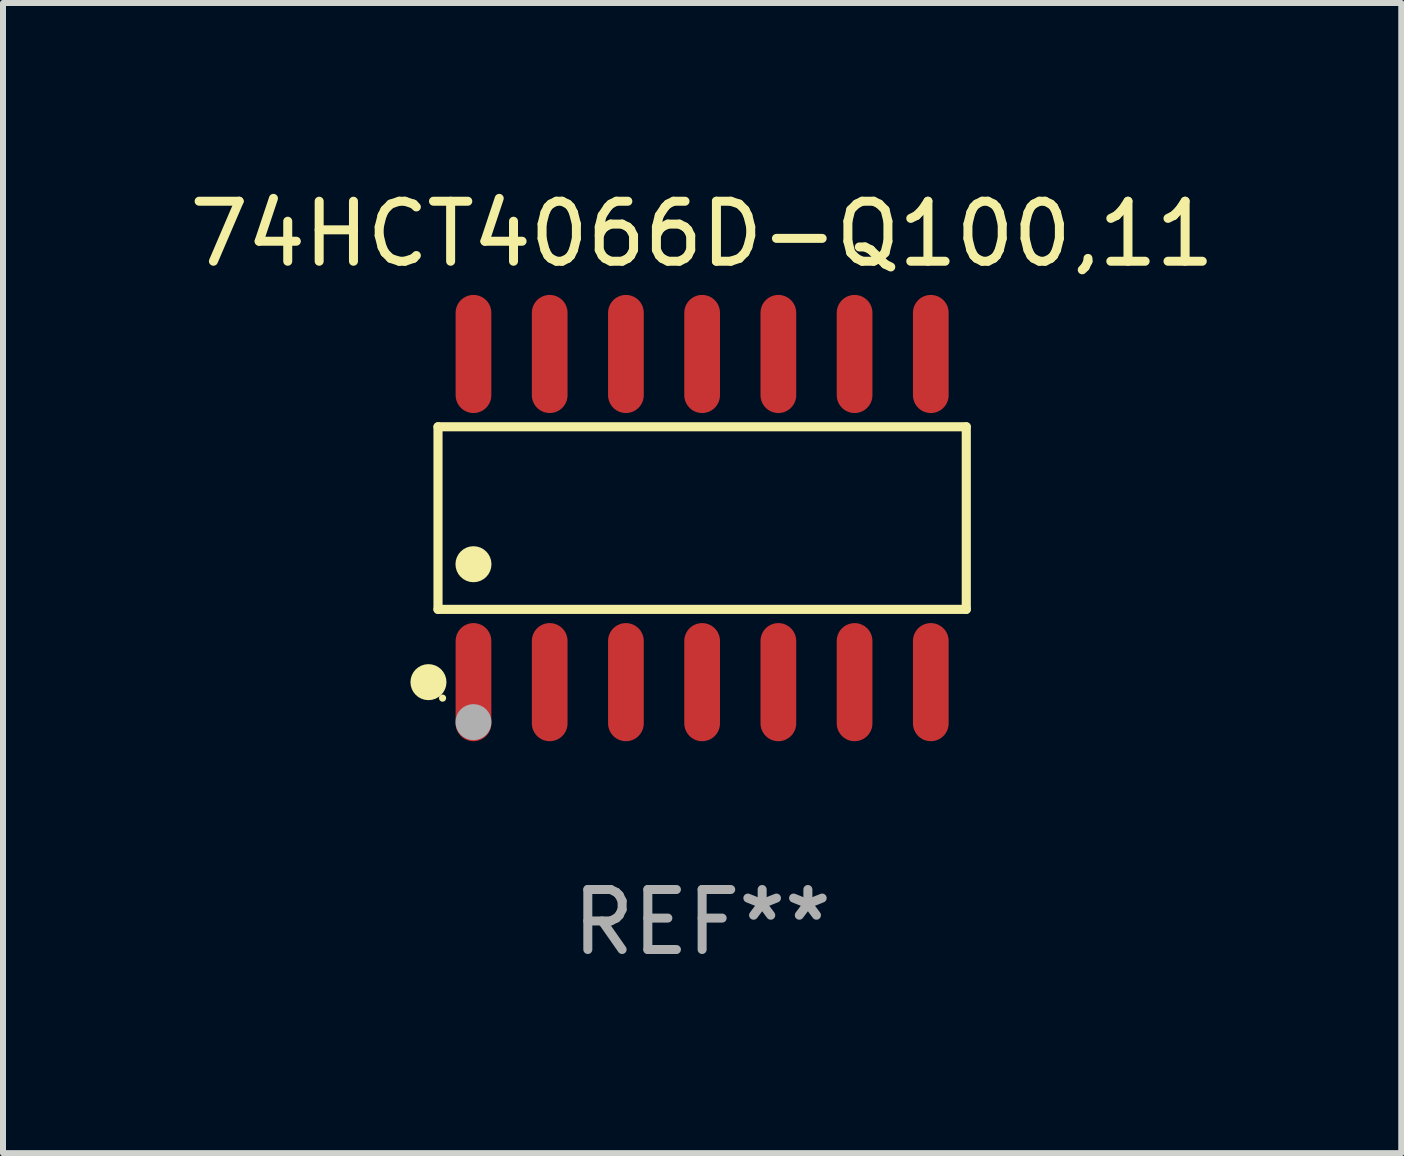
<source format=kicad_pcb>
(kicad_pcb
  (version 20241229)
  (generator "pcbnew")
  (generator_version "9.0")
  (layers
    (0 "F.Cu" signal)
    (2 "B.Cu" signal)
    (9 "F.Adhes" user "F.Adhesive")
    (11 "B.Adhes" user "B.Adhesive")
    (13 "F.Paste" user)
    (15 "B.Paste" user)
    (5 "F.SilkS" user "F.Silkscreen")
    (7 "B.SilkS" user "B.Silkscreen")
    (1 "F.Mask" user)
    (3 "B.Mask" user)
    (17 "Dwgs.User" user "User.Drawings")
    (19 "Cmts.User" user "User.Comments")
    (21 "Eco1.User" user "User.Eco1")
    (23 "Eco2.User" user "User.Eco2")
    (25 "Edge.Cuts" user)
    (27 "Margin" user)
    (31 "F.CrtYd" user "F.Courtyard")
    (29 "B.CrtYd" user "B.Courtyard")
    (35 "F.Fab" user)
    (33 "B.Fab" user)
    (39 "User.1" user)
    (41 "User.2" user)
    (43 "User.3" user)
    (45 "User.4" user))
  (footprint "74HCT4066D-Q100,11"
    (layer "F.Cu")
    (at 8.649 5.582)
    (property "Reference" "74HCT4066D-Q100,11" (at 0 -4.734 0) (layer "F.SilkS") (effects (font (size 1 1) (thickness 0.15))))
    (attr through_hole)
    (fp_line (start -4.401 -1.521) (end 4.401 -1.521) (stroke (width 0.152) (type solid)) (layer "F.SilkS"))
    (fp_line (start -4.401 1.521) (end -4.401 -1.521) (stroke (width 0.152) (type solid)) (layer "F.SilkS"))
    (fp_line (start 4.401 -1.521) (end 4.401 1.521) (stroke (width 0.152) (type solid)) (layer "F.SilkS"))
    (fp_line (start 4.401 1.521) (end -4.401 1.521) (stroke (width 0.152) (type solid)) (layer "F.SilkS"))
    (fp_circle (center -4.56 2.734) (end -4.41 2.734) (stroke (width 0.3) (type solid)) (fill no) (layer "F.SilkS"))
    (fp_circle (center -4.325 3) (end -4.295 3) (stroke (width 0.06) (type solid)) (fill no) (layer "F.SilkS"))
    (fp_circle (center -3.81 0.769) (end -3.66 0.769) (stroke (width 0.3) (type solid)) (fill no) (layer "F.SilkS"))
    (fp_circle (center -3.81 3.4) (end -3.66 3.4) (stroke (width 0.3) (type solid)) (fill no) (layer "F.Fab"))
    (fp_text user "REF**" (at 0 6.734 0) (layer "F.Fab") (effects (font (size 1 1) (thickness 0.15))))
    (pad "1" smd oval (at -3.81 2.734) (size 0.595 1.968) (layers "F.Cu" "F.Mask" "F.Paste"))
    (pad "2" smd oval (at -2.54 2.734) (size 0.595 1.968) (layers "F.Cu" "F.Mask" "F.Paste"))
    (pad "3" smd oval (at -1.27 2.734) (size 0.595 1.968) (layers "F.Cu" "F.Mask" "F.Paste"))
    (pad "4" smd oval (at 0 2.734) (size 0.595 1.968) (layers "F.Cu" "F.Mask" "F.Paste"))
    (pad "5" smd oval (at 1.27 2.734) (size 0.595 1.968) (layers "F.Cu" "F.Mask" "F.Paste"))
    (pad "6" smd oval (at 2.54 2.734) (size 0.595 1.968) (layers "F.Cu" "F.Mask" "F.Paste"))
    (pad "7" smd oval (at 3.81 2.734) (size 0.595 1.968) (layers "F.Cu" "F.Mask" "F.Paste"))
    (pad "8" smd oval (at 3.81 -2.734) (size 0.595 1.968) (layers "F.Cu" "F.Mask" "F.Paste"))
    (pad "9" smd oval (at 2.54 -2.734) (size 0.595 1.968) (layers "F.Cu" "F.Mask" "F.Paste"))
    (pad "10" smd oval (at 1.27 -2.734) (size 0.595 1.968) (layers "F.Cu" "F.Mask" "F.Paste"))
    (pad "11" smd oval (at 0 -2.734) (size 0.595 1.968) (layers "F.Cu" "F.Mask" "F.Paste"))
    (pad "12" smd oval (at -1.27 -2.734) (size 0.595 1.968) (layers "F.Cu" "F.Mask" "F.Paste"))
    (pad "13" smd oval (at -2.54 -2.734) (size 0.595 1.968) (layers "F.Cu" "F.Mask" "F.Paste"))
    (pad "14" smd oval (at -3.81 -2.734) (size 0.595 1.968) (layers "F.Cu" "F.Mask" "F.Paste")))
  (gr_rect
    (start -3 -3)
    (end 20.298 16.164)
    (stroke (width 0.1) (type default))
    (fill no)
    (layer "Edge.Cuts")))
</source>
